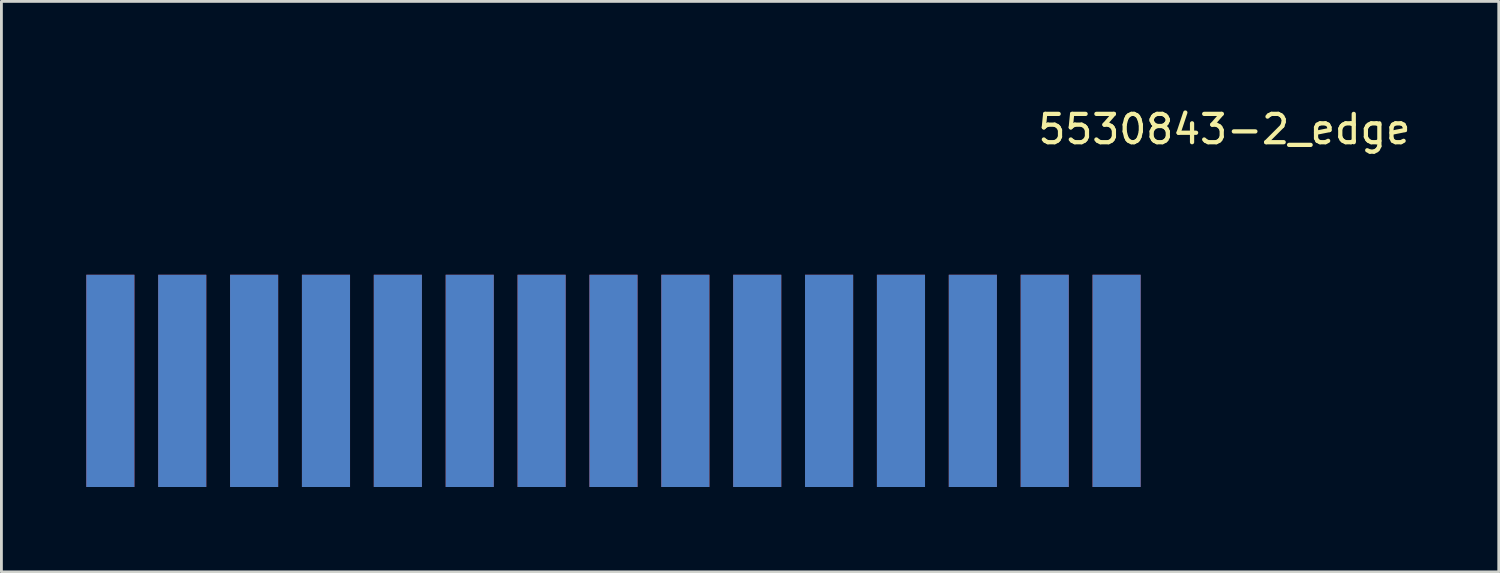
<source format=kicad_pcb>
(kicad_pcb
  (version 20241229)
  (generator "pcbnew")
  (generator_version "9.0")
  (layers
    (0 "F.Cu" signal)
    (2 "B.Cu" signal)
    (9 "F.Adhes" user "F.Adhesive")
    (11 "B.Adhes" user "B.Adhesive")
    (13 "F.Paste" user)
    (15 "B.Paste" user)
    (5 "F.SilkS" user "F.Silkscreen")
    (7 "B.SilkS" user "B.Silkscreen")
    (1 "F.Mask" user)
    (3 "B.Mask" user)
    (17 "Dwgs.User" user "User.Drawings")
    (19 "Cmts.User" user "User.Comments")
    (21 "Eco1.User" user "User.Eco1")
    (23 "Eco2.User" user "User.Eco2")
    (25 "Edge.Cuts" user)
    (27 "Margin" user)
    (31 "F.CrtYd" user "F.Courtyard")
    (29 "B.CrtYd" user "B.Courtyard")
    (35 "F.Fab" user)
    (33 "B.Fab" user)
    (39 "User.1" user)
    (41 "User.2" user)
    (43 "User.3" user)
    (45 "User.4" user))
  (footprint "5530843-2_edge"
    (layer "F.Cu")
    (at 28.79 0.25)
    (property "Reference" "5530843-2_edge" (at 11.43 1.27 0) (layer "F.SilkS") (effects (font (size 1 1) (thickness 0.15))))
    (attr through_hole)
    (pad "1" smd rect (at 7.62 10.16) (size 1.7 7.5) (layers "B.Cu" "B.Mask" "B.Paste"))
    (pad "2" smd rect (at 7.62 10.16) (size 1.7 7.5) (layers "F.Cu" "F.Mask" "F.Paste"))
    (pad "3" smd rect (at 5.08 10.16) (size 1.7 7.5) (layers "B.Cu" "B.Mask" "B.Paste"))
    (pad "4" smd rect (at 5.08 10.16) (size 1.7 7.5) (layers "F.Cu" "F.Mask" "F.Paste"))
    (pad "5" smd rect (at 2.54 10.16) (size 1.7 7.5) (layers "B.Cu" "B.Mask" "B.Paste"))
    (pad "6" smd rect (at 2.54 10.16) (size 1.7 7.5) (layers "F.Cu" "F.Mask" "F.Paste"))
    (pad "7" smd rect (at 0 10.16) (size 1.7 7.5) (layers "B.Cu" "B.Mask" "B.Paste"))
    (pad "8" smd rect (at 0 10.16) (size 1.7 7.5) (layers "F.Cu" "F.Mask" "F.Paste"))
    (pad "9" smd rect (at -2.54 10.16) (size 1.7 7.5) (layers "B.Cu" "B.Mask" "B.Paste"))
    (pad "10" smd rect (at -2.54 10.16) (size 1.7 7.5) (layers "F.Cu" "F.Mask" "F.Paste"))
    (pad "11" smd rect (at -5.08 10.16) (size 1.7 7.5) (layers "B.Cu" "B.Mask" "B.Paste"))
    (pad "12" smd rect (at -5.08 10.16) (size 1.7 7.5) (layers "F.Cu" "F.Mask" "F.Paste"))
    (pad "13" smd rect (at -7.62 10.16) (size 1.7 7.5) (layers "B.Cu" "B.Mask" "B.Paste"))
    (pad "14" smd rect (at -7.62 10.16) (size 1.7 7.5) (layers "F.Cu" "F.Mask" "F.Paste"))
    (pad "15" smd rect (at -10.16 10.16) (size 1.7 7.5) (layers "B.Cu" "B.Mask" "B.Paste"))
    (pad "16" smd rect (at -10.16 10.16) (size 1.7 7.5) (layers "F.Cu" "F.Mask" "F.Paste"))
    (pad "17" smd rect (at -12.7 10.16) (size 1.7 7.5) (layers "B.Cu" "B.Mask" "B.Paste"))
    (pad "18" smd rect (at -12.7 10.16) (size 1.7 7.5) (layers "F.Cu" "F.Mask" "F.Paste"))
    (pad "19" smd rect (at -15.24 10.16) (size 1.7 7.5) (layers "B.Cu" "B.Mask" "B.Paste"))
    (pad "20" smd rect (at -15.24 10.16) (size 1.7 7.5) (layers "F.Cu" "F.Mask" "F.Paste"))
    (pad "21" smd rect (at -17.78 10.16) (size 1.7 7.5) (layers "B.Cu" "B.Mask" "B.Paste"))
    (pad "22" smd rect (at -17.78 10.16) (size 1.7 7.5) (layers "F.Cu" "F.Mask" "F.Paste"))
    (pad "23" smd rect (at -20.32 10.16) (size 1.7 7.5) (layers "B.Cu" "B.Mask" "B.Paste"))
    (pad "24" smd rect (at -20.32 10.16) (size 1.7 7.5) (layers "F.Cu" "F.Mask" "F.Paste"))
    (pad "25" smd rect (at -22.86 10.16) (size 1.7 7.5) (layers "B.Cu" "B.Mask" "B.Paste"))
    (pad "26" smd rect (at -22.86 10.16) (size 1.7 7.5) (layers "F.Cu" "F.Mask" "F.Paste"))
    (pad "27" smd rect (at -25.4 10.16) (size 1.7 7.5) (layers "B.Cu" "B.Mask" "B.Paste"))
    (pad "28" smd rect (at -25.4 10.16) (size 1.7 7.5) (layers "F.Cu" "F.Mask" "F.Paste"))
    (pad "29" smd rect (at -27.94 10.16) (size 1.7 7.5) (layers "B.Cu" "B.Mask" "B.Paste"))
    (pad "30" smd rect (at -27.94 10.16) (size 1.7 7.5) (layers "F.Cu" "F.Mask" "F.Paste")))
  (gr_rect
    (start -3 -3)
    (end 49.916 17.16)
    (stroke (width 0.1) (type default))
    (fill no)
    (layer "Edge.Cuts")))
</source>
